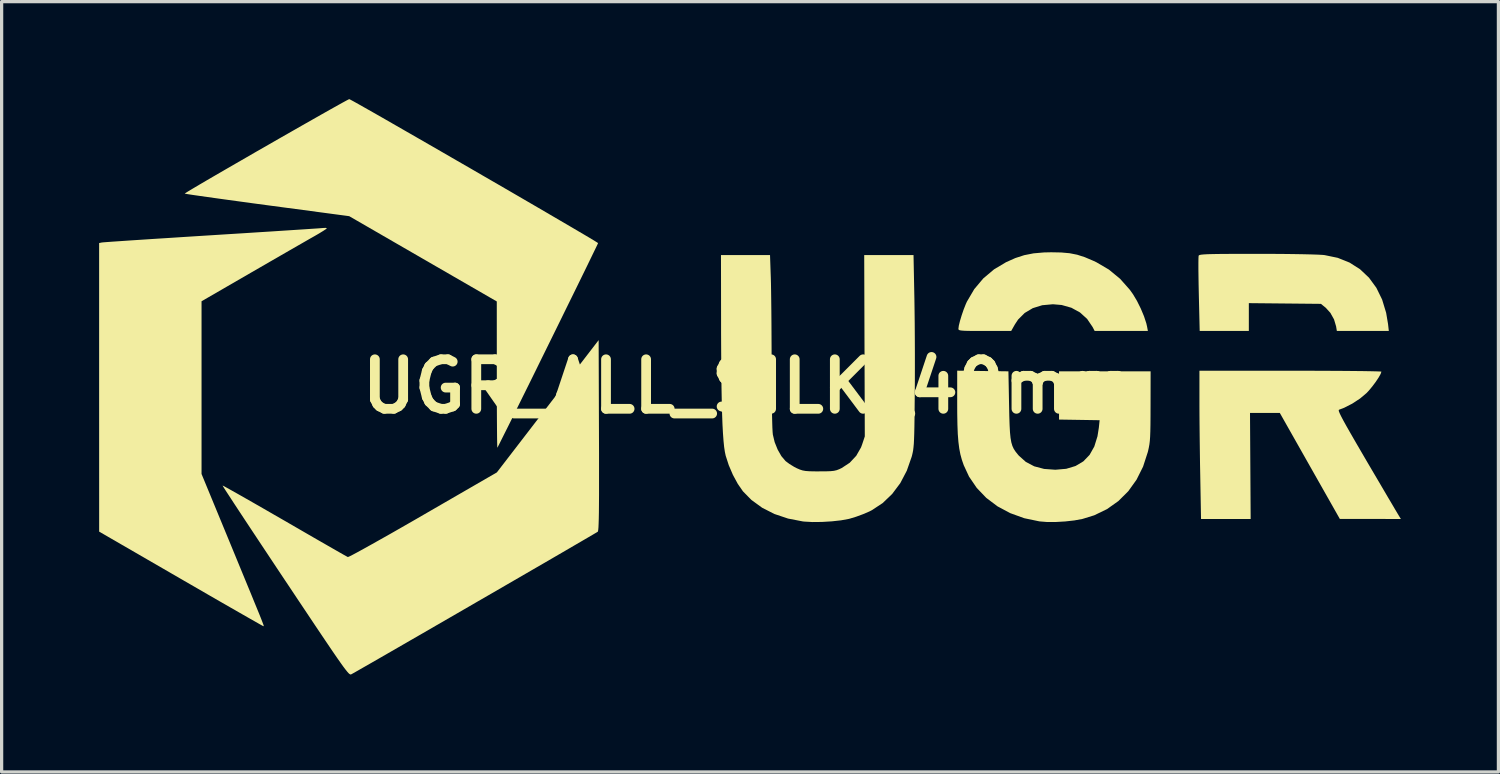
<source format=kicad_pcb>
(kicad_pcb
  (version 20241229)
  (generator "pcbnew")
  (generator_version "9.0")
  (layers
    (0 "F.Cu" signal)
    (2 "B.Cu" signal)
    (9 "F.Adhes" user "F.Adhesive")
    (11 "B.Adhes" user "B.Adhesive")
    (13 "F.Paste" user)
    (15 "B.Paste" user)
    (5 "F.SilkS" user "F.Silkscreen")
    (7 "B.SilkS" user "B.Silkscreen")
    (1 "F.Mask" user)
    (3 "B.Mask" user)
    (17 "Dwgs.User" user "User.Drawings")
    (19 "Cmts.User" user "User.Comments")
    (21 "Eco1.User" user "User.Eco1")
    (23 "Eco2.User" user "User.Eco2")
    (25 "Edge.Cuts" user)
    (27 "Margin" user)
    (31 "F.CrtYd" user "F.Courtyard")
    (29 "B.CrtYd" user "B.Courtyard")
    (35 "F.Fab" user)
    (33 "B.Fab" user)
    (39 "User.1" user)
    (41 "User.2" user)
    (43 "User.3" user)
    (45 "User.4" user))
  (footprint "UGR_ALL_SILK_40mm"
    (layer "F.Cu")
    (at 20.023 8.839)
    (property "Reference" "UGR_ALL_SILK_40mm" (at 0 0 0) (layer "F.SilkS") (effects (font (size 1.524 1.524) (thickness 0.3))))
    (attr board_only exclude_from_pos_files exclude_from_bom)
    (fp_poly (pts (xy 15.99 -4.078) (xy 16.359 -4.076) (xy 16.7 -4.072) (xy 17.005 -4.067) (xy 17.266 -4.061) (xy 17.475 -4.054) (xy 17.623 -4.046) (xy 17.682 -4.04) (xy 18.086 -3.956) (xy 18.45 -3.81) (xy 18.771 -3.606) (xy 19.047 -3.346) (xy 19.275 -3.034) (xy 19.452 -2.672) (xy 19.576 -2.264) (xy 19.634 -1.919) (xy 19.658 -1.706) (xy 18.059 -1.706) (xy 18.036 -1.847) (xy 17.972 -2.062) (xy 17.859 -2.264) (xy 17.713 -2.424) (xy 17.71 -2.426) (xy 17.569 -2.54) (xy 15.351 -2.562) (xy 15.351 -1.706) (xy 13.839 -1.706) (xy 13.812 -2.835) (xy 13.806 -3.119) (xy 13.802 -3.381) (xy 13.799 -3.611) (xy 13.799 -3.799) (xy 13.801 -3.935) (xy 13.805 -4.011) (xy 13.807 -4.022) (xy 13.819 -4.035) (xy 13.847 -4.046) (xy 13.899 -4.055) (xy 13.979 -4.062) (xy 14.095 -4.068) (xy 14.251 -4.072) (xy 14.455 -4.075) (xy 14.712 -4.077) (xy 15.028 -4.078) (xy 15.41 -4.079) (xy 15.601 -4.079)) (stroke (width 0) (type solid)) (fill yes) (layer "F.SilkS"))
    (fp_poly (pts (xy 9.577 -4.121) (xy 9.836 -4.098) (xy 10.069 -4.052) (xy 10.302 -3.977) (xy 10.559 -3.868) (xy 10.663 -3.819) (xy 11.046 -3.594) (xy 11.392 -3.309) (xy 11.691 -2.971) (xy 11.787 -2.836) (xy 11.91 -2.63) (xy 12.026 -2.396) (xy 12.126 -2.157) (xy 12.197 -1.94) (xy 12.219 -1.845) (xy 12.245 -1.706) (xy 10.607 -1.706) (xy 10.545 -1.826) (xy 10.375 -2.077) (xy 10.155 -2.276) (xy 9.892 -2.42) (xy 9.592 -2.505) (xy 9.323 -2.528) (xy 8.994 -2.498) (xy 8.704 -2.408) (xy 8.455 -2.26) (xy 8.251 -2.056) (xy 8.154 -1.909) (xy 8.039 -1.706) (xy 7.227 -1.706) (xy 6.961 -1.706) (xy 6.76 -1.708) (xy 6.615 -1.711) (xy 6.518 -1.718) (xy 6.458 -1.727) (xy 6.427 -1.741) (xy 6.416 -1.76) (xy 6.415 -1.771) (xy 6.428 -1.87) (xy 6.464 -2.016) (xy 6.516 -2.189) (xy 6.577 -2.367) (xy 6.641 -2.529) (xy 6.677 -2.609) (xy 6.903 -2.993) (xy 7.181 -3.323) (xy 7.511 -3.601) (xy 7.88 -3.821) (xy 8.166 -3.949) (xy 8.441 -4.038) (xy 8.727 -4.094) (xy 9.048 -4.122) (xy 9.27 -4.127)) (stroke (width 0) (type solid)) (fill yes) (layer "F.SilkS"))
    (fp_poly (pts (xy 17.079 -0.482) (xy 17.505 -0.481) (xy 17.903 -0.479) (xy 18.268 -0.477) (xy 18.593 -0.474) (xy 18.873 -0.471) (xy 19.103 -0.467) (xy 19.276 -0.463) (xy 19.387 -0.459) (xy 19.429 -0.455) (xy 19.43 -0.454) (xy 19.406 -0.383) (xy 19.344 -0.273) (xy 19.255 -0.139) (xy 19.149 0.002) (xy 19.039 0.134) (xy 18.97 0.207) (xy 18.774 0.372) (xy 18.535 0.529) (xy 18.285 0.657) (xy 18.125 0.718) (xy 18.116 0.732) (xy 18.123 0.77) (xy 18.149 0.834) (xy 18.196 0.93) (xy 18.266 1.063) (xy 18.363 1.237) (xy 18.489 1.458) (xy 18.646 1.73) (xy 18.837 2.058) (xy 18.971 2.288) (xy 19.155 2.601) (xy 19.33 2.898) (xy 19.491 3.172) (xy 19.634 3.416) (xy 19.757 3.623) (xy 19.853 3.787) (xy 19.921 3.901) (xy 19.955 3.958) (xy 19.955 3.958) (xy 20.029 4.079) (xy 19.09 4.078) (xy 18.151 4.078) (xy 17.227 2.447) (xy 16.304 0.816) (xy 15.387 0.816) (xy 15.397 2.447) (xy 15.407 4.079) (xy 14.643 4.079) (xy 13.88 4.079) (xy 13.856 2.738) (xy 13.849 2.375) (xy 13.844 1.989) (xy 13.839 1.596) (xy 13.835 1.216) (xy 13.832 0.867) (xy 13.831 0.565) (xy 13.831 0.457) (xy 13.831 -0.482) (xy 16.631 -0.482)) (stroke (width 0) (type solid)) (fill yes) (layer "F.SilkS"))
    (fp_poly (pts (xy 7.166 -0.474) (xy 7.954 -0.464) (xy 7.974 0.575) (xy 7.981 0.914) (xy 7.99 1.189) (xy 8.002 1.409) (xy 8.019 1.583) (xy 8.043 1.72) (xy 8.076 1.831) (xy 8.119 1.924) (xy 8.175 2.009) (xy 8.245 2.096) (xy 8.276 2.132) (xy 8.491 2.324) (xy 8.749 2.459) (xy 9.052 2.539) (xy 9.398 2.564) (xy 9.733 2.535) (xy 10.019 2.449) (xy 10.259 2.306) (xy 10.451 2.107) (xy 10.596 1.85) (xy 10.694 1.535) (xy 10.736 1.271) (xy 10.76 1.04) (xy 9.511 1.02) (xy 9.511 -0.464) (xy 12.329 -0.464) (xy 12.327 0.612) (xy 12.326 0.929) (xy 12.324 1.184) (xy 12.32 1.385) (xy 12.314 1.545) (xy 12.305 1.674) (xy 12.292 1.782) (xy 12.274 1.881) (xy 12.252 1.981) (xy 12.242 2.021) (xy 12.097 2.468) (xy 11.896 2.87) (xy 11.642 3.224) (xy 11.338 3.527) (xy 10.988 3.775) (xy 10.596 3.965) (xy 10.234 4.077) (xy 9.986 4.123) (xy 9.701 4.155) (xy 9.407 4.172) (xy 9.13 4.171) (xy 8.909 4.153) (xy 8.44 4.055) (xy 8.009 3.899) (xy 7.618 3.69) (xy 7.274 3.431) (xy 6.98 3.124) (xy 6.742 2.775) (xy 6.579 2.424) (xy 6.522 2.259) (xy 6.476 2.091) (xy 6.441 1.909) (xy 6.415 1.704) (xy 6.396 1.464) (xy 6.385 1.179) (xy 6.379 0.839) (xy 6.378 0.532) (xy 6.378 -0.484)) (stroke (width 0) (type solid)) (fill yes) (layer "F.SilkS"))
    (fp_poly (pts (xy -13.017 -4.867) (xy -13.016 -4.864) (xy -13.047 -4.838) (xy -13.13 -4.783) (xy -13.254 -4.707) (xy -13.404 -4.62) (xy -13.415 -4.614) (xy -13.53 -4.549) (xy -13.7 -4.451) (xy -13.918 -4.326) (xy -14.174 -4.179) (xy -14.46 -4.014) (xy -14.767 -3.837) (xy -15.087 -3.652) (xy -15.342 -3.505) (xy -16.872 -2.62) (xy -16.872 2.694) (xy -15.978 4.86) (xy -15.782 5.336) (xy -15.612 5.749) (xy -15.467 6.101) (xy -15.344 6.399) (xy -15.243 6.647) (xy -15.16 6.849) (xy -15.094 7.01) (xy -15.044 7.135) (xy -15.008 7.228) (xy -14.983 7.294) (xy -14.967 7.337) (xy -14.96 7.363) (xy -14.959 7.375) (xy -14.962 7.378) (xy -14.968 7.377) (xy -14.972 7.376) (xy -15.007 7.358) (xy -15.102 7.305) (xy -15.251 7.22) (xy -15.45 7.107) (xy -15.693 6.968) (xy -15.976 6.806) (xy -16.293 6.624) (xy -16.64 6.424) (xy -17.011 6.209) (xy -17.403 5.983) (xy -17.51 5.921) (xy -20.022 4.468) (xy -20.023 0.029) (xy -20.023 -4.411) (xy -19.94 -4.428) (xy -19.891 -4.433) (xy -19.774 -4.442) (xy -19.594 -4.455) (xy -19.355 -4.471) (xy -19.065 -4.491) (xy -18.727 -4.513) (xy -18.349 -4.538) (xy -17.934 -4.564) (xy -17.488 -4.593) (xy -17.017 -4.623) (xy -16.556 -4.652) (xy -16.066 -4.683) (xy -15.595 -4.712) (xy -15.149 -4.741) (xy -14.733 -4.767) (xy -14.353 -4.792) (xy -14.014 -4.814) (xy -13.722 -4.833) (xy -13.483 -4.849) (xy -13.302 -4.861) (xy -13.184 -4.87) (xy -13.136 -4.874) (xy -13.054 -4.878)) (stroke (width 0) (type solid)) (fill yes) (layer "F.SilkS"))
    (fp_poly (pts (xy -12.288 -8.82) (xy -12.19 -8.767) (xy -12.038 -8.682) (xy -11.837 -8.568) (xy -11.591 -8.429) (xy -11.305 -8.266) (xy -10.985 -8.082) (xy -10.635 -7.881) (xy -10.259 -7.665) (xy -9.863 -7.437) (xy -9.452 -7.2) (xy -9.03 -6.956) (xy -8.601 -6.709) (xy -8.172 -6.46) (xy -7.746 -6.214) (xy -7.329 -5.972) (xy -6.925 -5.737) (xy -6.54 -5.513) (xy -6.177 -5.301) (xy -5.842 -5.105) (xy -5.539 -4.928) (xy -5.274 -4.772) (xy -5.051 -4.641) (xy -4.875 -4.536) (xy -4.751 -4.461) (xy -4.683 -4.418) (xy -4.672 -4.409) (xy -4.688 -4.373) (xy -4.734 -4.276) (xy -4.808 -4.124) (xy -4.906 -3.922) (xy -5.025 -3.676) (xy -5.164 -3.392) (xy -5.319 -3.075) (xy -5.488 -2.731) (xy -5.668 -2.365) (xy -5.855 -1.983) (xy -6.048 -1.591) (xy -6.243 -1.195) (xy -6.438 -0.799) (xy -6.629 -0.41) (xy -6.815 -0.033) (xy -6.993 0.326) (xy -7.159 0.662) (xy -7.31 0.969) (xy -7.445 1.241) (xy -7.561 1.472) (xy -7.654 1.658) (xy -7.721 1.793) (xy -7.761 1.87) (xy -7.771 1.887) (xy -7.773 1.854) (xy -7.776 1.753) (xy -7.779 1.591) (xy -7.781 1.373) (xy -7.783 1.106) (xy -7.785 0.797) (xy -7.786 0.451) (xy -7.787 0.075) (xy -7.787 -0.324) (xy -7.787 -0.355) (xy -7.788 -2.614) (xy -10.059 -3.926) (xy -12.329 -5.238) (xy -14.86 -5.576) (xy -15.284 -5.633) (xy -15.685 -5.688) (xy -16.059 -5.739) (xy -16.398 -5.786) (xy -16.697 -5.828) (xy -16.951 -5.864) (xy -17.152 -5.893) (xy -17.295 -5.915) (xy -17.375 -5.929) (xy -17.39 -5.933) (xy -17.358 -5.955) (xy -17.268 -6.011) (xy -17.126 -6.096) (xy -16.937 -6.208) (xy -16.707 -6.343) (xy -16.442 -6.497) (xy -16.149 -6.667) (xy -15.832 -6.85) (xy -15.499 -7.042) (xy -15.155 -7.241) (xy -14.805 -7.441) (xy -14.457 -7.641) (xy -14.115 -7.836) (xy -13.786 -8.024) (xy -13.476 -8.2) (xy -13.191 -8.362) (xy -12.936 -8.506) (xy -12.718 -8.628) (xy -12.542 -8.726) (xy -12.415 -8.795) (xy -12.342 -8.833) (xy -12.327 -8.839)) (stroke (width 0) (type solid)) (fill yes) (layer "F.SilkS"))
    (fp_poly (pts (xy -4.644 1.502) (xy -4.642 2.059) (xy -4.642 2.546) (xy -4.642 2.967) (xy -4.642 3.326) (xy -4.644 3.628) (xy -4.646 3.876) (xy -4.65 4.075) (xy -4.655 4.228) (xy -4.66 4.341) (xy -4.667 4.416) (xy -4.675 4.458) (xy -4.681 4.471) (xy -4.717 4.493) (xy -4.812 4.549) (xy -4.962 4.637) (xy -5.161 4.753) (xy -5.405 4.895) (xy -5.689 5.061) (xy -6.008 5.246) (xy -6.357 5.449) (xy -6.732 5.666) (xy -7.127 5.895) (xy -7.538 6.133) (xy -7.959 6.377) (xy -8.387 6.624) (xy -8.815 6.872) (xy -9.239 7.117) (xy -9.655 7.357) (xy -10.057 7.59) (xy -10.441 7.811) (xy -10.801 8.019) (xy -11.134 8.211) (xy -11.433 8.383) (xy -11.694 8.533) (xy -11.913 8.658) (xy -12.084 8.756) (xy -12.202 8.823) (xy -12.263 8.857) (xy -12.264 8.857) (xy -12.279 8.863) (xy -12.296 8.861) (xy -12.319 8.849) (xy -12.349 8.823) (xy -12.389 8.778) (xy -12.442 8.712) (xy -12.51 8.622) (xy -12.596 8.502) (xy -12.702 8.351) (xy -12.831 8.163) (xy -12.985 7.936) (xy -13.167 7.666) (xy -13.38 7.349) (xy -13.625 6.982) (xy -13.906 6.562) (xy -14.225 6.083) (xy -14.293 5.982) (xy -14.572 5.563) (xy -14.838 5.162) (xy -15.09 4.783) (xy -15.324 4.43) (xy -15.537 4.108) (xy -15.727 3.82) (xy -15.89 3.572) (xy -16.024 3.366) (xy -16.127 3.209) (xy -16.194 3.103) (xy -16.224 3.053) (xy -16.225 3.05) (xy -16.192 3.065) (xy -16.1 3.115) (xy -15.955 3.196) (xy -15.763 3.304) (xy -15.529 3.437) (xy -15.259 3.591) (xy -14.959 3.763) (xy -14.635 3.95) (xy -14.315 4.134) (xy -13.971 4.333) (xy -13.646 4.521) (xy -13.345 4.695) (xy -13.073 4.851) (xy -12.838 4.986) (xy -12.644 5.097) (xy -12.498 5.18) (xy -12.404 5.232) (xy -12.371 5.25) (xy -12.331 5.235) (xy -12.233 5.186) (xy -12.081 5.105) (xy -11.881 4.995) (xy -11.638 4.86) (xy -11.357 4.702) (xy -11.043 4.525) (xy -10.702 4.33) (xy -10.339 4.122) (xy -10.054 3.957) (xy -7.786 2.646) (xy -4.654 -1.424)) (stroke (width 0) (type solid)) (fill yes) (layer "F.SilkS"))
    (fp_poly (pts (xy 0.643 -3.346) (xy 0.648 -3.169) (xy 0.652 -2.928) (xy 0.656 -2.634) (xy 0.66 -2.297) (xy 0.663 -1.929) (xy 0.665 -1.538) (xy 0.667 -1.137) (xy 0.668 -0.735) (xy 0.668 -0.705) (xy 0.668 -0.283) (xy 0.671 0.11) (xy 0.674 0.467) (xy 0.679 0.782) (xy 0.685 1.048) (xy 0.691 1.259) (xy 0.699 1.408) (xy 0.706 1.483) (xy 0.762 1.716) (xy 0.854 1.944) (xy 0.968 2.145) (xy 1.095 2.295) (xy 1.102 2.301) (xy 1.216 2.386) (xy 1.359 2.474) (xy 1.444 2.518) (xy 1.536 2.558) (xy 1.62 2.585) (xy 1.715 2.602) (xy 1.838 2.611) (xy 2.007 2.614) (xy 2.132 2.614) (xy 2.334 2.613) (xy 2.479 2.608) (xy 2.585 2.597) (xy 2.671 2.577) (xy 2.753 2.545) (xy 2.826 2.51) (xy 3.071 2.349) (xy 3.272 2.134) (xy 3.419 1.877) (xy 3.452 1.788) (xy 3.535 1.539) (xy 3.526 -1.251) (xy 3.517 -4.042) (xy 5.034 -4.042) (xy 5.061 -2.698) (xy 5.066 -2.343) (xy 5.071 -1.933) (xy 5.074 -1.487) (xy 5.076 -1.022) (xy 5.076 -0.558) (xy 5.075 -0.115) (xy 5.072 0.26) (xy 5.068 0.651) (xy 5.065 0.976) (xy 5.061 1.242) (xy 5.056 1.457) (xy 5.05 1.63) (xy 5.043 1.767) (xy 5.033 1.876) (xy 5.022 1.966) (xy 5.007 2.044) (xy 4.99 2.118) (xy 4.976 2.169) (xy 4.827 2.594) (xy 4.627 2.976) (xy 4.378 3.308) (xy 4.087 3.587) (xy 3.755 3.807) (xy 3.671 3.85) (xy 3.482 3.931) (xy 3.27 4.009) (xy 3.073 4.069) (xy 3.041 4.077) (xy 2.801 4.121) (xy 2.517 4.152) (xy 2.215 4.17) (xy 1.924 4.173) (xy 1.672 4.159) (xy 1.627 4.154) (xy 1.173 4.066) (xy 0.753 3.925) (xy 0.376 3.733) (xy 0.047 3.494) (xy -0.214 3.228) (xy -0.372 3) (xy -0.522 2.724) (xy -0.651 2.423) (xy -0.745 2.132) (xy -0.77 2.015) (xy -0.793 1.863) (xy -0.812 1.673) (xy -0.829 1.441) (xy -0.844 1.163) (xy -0.856 0.835) (xy -0.866 0.455) (xy -0.874 0.017) (xy -0.88 -0.482) (xy -0.884 -1.046) (xy -0.887 -1.677) (xy -0.887 -2.03) (xy -0.89 -4.042) (xy 0.619 -4.042)) (stroke (width 0) (type solid)) (fill yes) (layer "F.SilkS")))
  (gr_rect
    (start -3 -3)
    (end 43.053 20.702)
    (stroke (width 0.1) (type default))
    (fill no)
    (layer "Edge.Cuts")))
</source>
